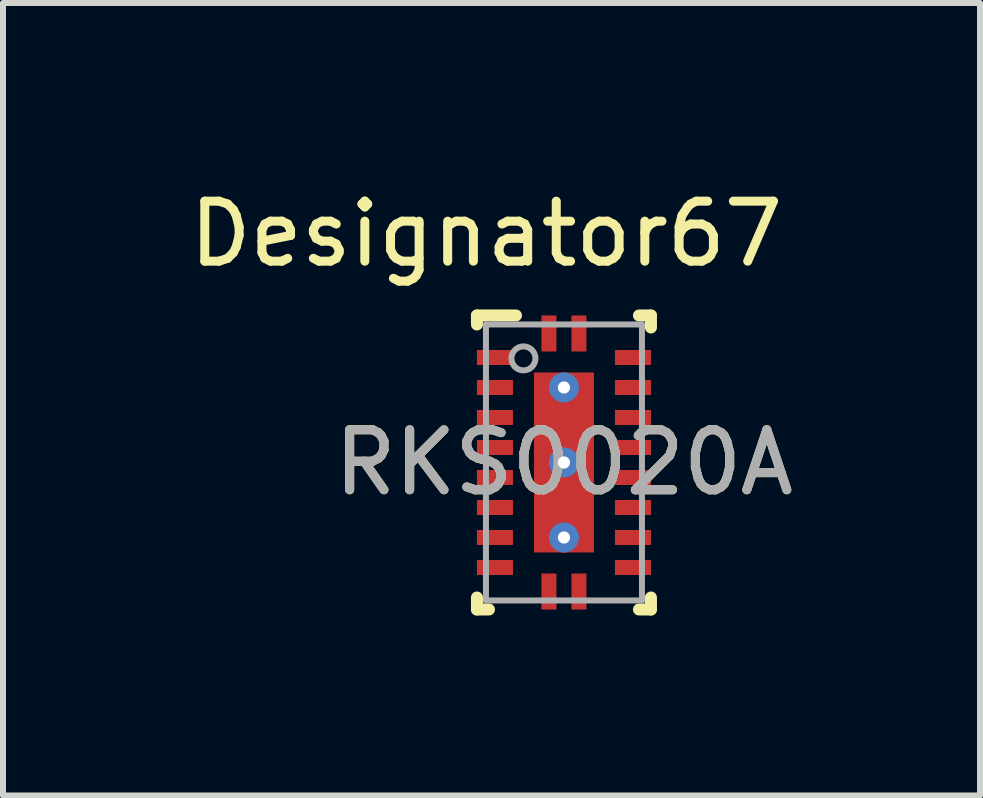
<source format=kicad_pcb>
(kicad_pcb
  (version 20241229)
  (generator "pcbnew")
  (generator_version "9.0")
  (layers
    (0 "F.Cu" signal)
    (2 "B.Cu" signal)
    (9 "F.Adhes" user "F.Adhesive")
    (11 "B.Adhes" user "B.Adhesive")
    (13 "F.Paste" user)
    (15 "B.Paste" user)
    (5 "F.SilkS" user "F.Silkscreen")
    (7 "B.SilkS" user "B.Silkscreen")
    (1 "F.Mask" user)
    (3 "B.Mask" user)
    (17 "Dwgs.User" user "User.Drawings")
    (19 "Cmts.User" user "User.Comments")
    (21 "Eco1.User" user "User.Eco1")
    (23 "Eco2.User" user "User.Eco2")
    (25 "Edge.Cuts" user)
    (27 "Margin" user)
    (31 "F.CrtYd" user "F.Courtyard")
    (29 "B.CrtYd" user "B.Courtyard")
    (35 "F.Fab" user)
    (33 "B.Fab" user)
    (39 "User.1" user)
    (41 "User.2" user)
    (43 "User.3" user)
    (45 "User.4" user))
  (footprint "RKS0020A"
    (layer "F.Cu")
    (at 6.349 4.658)
    (property "Reference" "RKS0020A" (at 0 0 0) (unlocked yes) (layer "F.SilkS") (effects (font (size 1 1) (thickness 0.15))))
    (attr smd)
    (fp_line (start -1.45 2.45) (end -1.45 2.25) (stroke (width 0.2) (type solid)) (layer "F.SilkS"))
    (fp_line (start -1.45 2.45) (end -1.25 2.45) (stroke (width 0.2) (type solid)) (layer "F.SilkS"))
    (fp_line (start -1.45 -2.45) (end -0.8 -2.45) (stroke (width 0.2) (type solid)) (layer "F.SilkS"))
    (fp_line (start -1.45 -2.3) (end -1.45 -2.45) (stroke (width 0.2) (type solid)) (layer "F.SilkS"))
    (fp_line (start 1.25 -2.45) (end 1.45 -2.45) (stroke (width 0.2) (type solid)) (layer "F.SilkS"))
    (fp_line (start 1.25 2.45) (end 1.45 2.45) (stroke (width 0.2) (type solid)) (layer "F.SilkS"))
    (fp_line (start 1.45 -2.25) (end 1.45 -2.45) (stroke (width 0.2) (type solid)) (layer "F.SilkS"))
    (fp_line (start 1.45 2.45) (end 1.45 2.25) (stroke (width 0.2) (type solid)) (layer "F.SilkS"))
    (fp_poly (pts (xy -0.475 -0.157) (xy -0.475 -1.363) (xy -0.474 -1.373) (xy -0.471 -1.383) (xy -0.466 -1.392) (xy -0.46 -1.4) (xy -0.452 -1.406) (xy -0.443 -1.411) (xy -0.433 -1.414) (xy -0.423 -1.415) (xy 0.423 -1.415) (xy 0.433 -1.414) (xy 0.443 -1.411) (xy 0.452 -1.406) (xy 0.46 -1.4) (xy 0.466 -1.392) (xy 0.471 -1.383) (xy 0.474 -1.373) (xy 0.475 -1.363) (xy 0.475 -0.157) (xy 0.474 -0.147) (xy 0.471 -0.137) (xy 0.466 -0.128) (xy 0.46 -0.12) (xy 0.452 -0.114) (xy 0.443 -0.109) (xy 0.433 -0.106) (xy 0.423 -0.105) (xy -0.423 -0.105) (xy -0.433 -0.106) (xy -0.443 -0.109) (xy -0.452 -0.114) (xy -0.46 -0.12) (xy -0.466 -0.128) (xy -0.471 -0.137) (xy -0.474 -0.147)) (stroke (width 0) (type solid)) (fill yes) (layer "F.Paste"))
    (fp_poly (pts (xy -0.475 1.363) (xy -0.475 0.157) (xy -0.474 0.147) (xy -0.471 0.137) (xy -0.466 0.128) (xy -0.46 0.12) (xy -0.452 0.114) (xy -0.443 0.109) (xy -0.433 0.106) (xy -0.423 0.105) (xy 0.423 0.105) (xy 0.433 0.106) (xy 0.443 0.109) (xy 0.452 0.114) (xy 0.46 0.12) (xy 0.466 0.128) (xy 0.471 0.137) (xy 0.474 0.147) (xy 0.475 0.157) (xy 0.475 1.363) (xy 0.474 1.373) (xy 0.471 1.383) (xy 0.466 1.392) (xy 0.46 1.4) (xy 0.452 1.406) (xy 0.443 1.411) (xy 0.433 1.414) (xy 0.423 1.415) (xy -0.423 1.415) (xy -0.433 1.414) (xy -0.443 1.411) (xy -0.452 1.406) (xy -0.46 1.4) (xy -0.466 1.392) (xy -0.471 1.383) (xy -0.474 1.373)) (stroke (width 0) (type solid)) (fill yes) (layer "F.Paste"))
    (fp_line (start -1.3 -2.3) (end -1.3 2.3) (stroke (width 0.1) (type solid)) (layer "F.Fab"))
    (fp_line (start -1.3 -2.3) (end 1.3 -2.3) (stroke (width 0.1) (type solid)) (layer "F.Fab"))
    (fp_line (start -1.3 2.3) (end 1.3 2.3) (stroke (width 0.1) (type solid)) (layer "F.Fab"))
    (fp_line (start 1.3 -2.3) (end 1.3 2.3) (stroke (width 0.1) (type solid)) (layer "F.Fab"))
    (fp_circle (center -0.675 -1.735) (end -0.475 -1.735) (stroke (width 0.1) (type solid)) (fill no) (layer "F.Fab"))
    (fp_text user "Designator67" (at -1.295 -3.81 0) (unlocked yes) (layer "F.SilkS") (effects (font (size 1 1) (thickness 0.15))))
    (fp_text user "${REFERENCE}" (at 0 0 0) (unlocked yes) (layer "F.Fab") (effects (font (size 1 1) (thickness 0.15))))
    (pad "1" smd rect (at -0.25 -2.15) (size 0.25 0.6) (layers "F.Cu" "F.Mask" "F.Paste"))
    (pad "2" smd rect (at -1.15 -1.75 90) (size 0.25 0.6) (layers "F.Cu" "F.Mask" "F.Paste"))
    (pad "3" smd rect (at -1.15 -1.25 90) (size 0.25 0.6) (layers "F.Cu" "F.Mask" "F.Paste"))
    (pad "4" smd rect (at -1.15 -0.75 90) (size 0.25 0.6) (layers "F.Cu" "F.Mask" "F.Paste"))
    (pad "5" smd rect (at -1.15 -0.25 90) (size 0.25 0.6) (layers "F.Cu" "F.Mask" "F.Paste"))
    (pad "6" smd rect (at -1.15 0.25 90) (size 0.25 0.6) (layers "F.Cu" "F.Mask" "F.Paste"))
    (pad "7" smd rect (at -1.15 0.75 90) (size 0.25 0.6) (layers "F.Cu" "F.Mask" "F.Paste"))
    (pad "8" smd rect (at -1.15 1.25 90) (size 0.25 0.6) (layers "F.Cu" "F.Mask" "F.Paste"))
    (pad "9" smd rect (at -1.15 1.75 90) (size 0.25 0.6) (layers "F.Cu" "F.Mask" "F.Paste"))
    (pad "10" smd rect (at -0.25 2.15) (size 0.25 0.6) (layers "F.Cu" "F.Mask" "F.Paste"))
    (pad "11" smd rect (at 0.25 2.15) (size 0.25 0.6) (layers "F.Cu" "F.Mask" "F.Paste"))
    (pad "12" smd rect (at 1.15 1.75 90) (size 0.25 0.6) (layers "F.Cu" "F.Mask" "F.Paste"))
    (pad "13" smd rect (at 1.15 1.25 90) (size 0.25 0.6) (layers "F.Cu" "F.Mask" "F.Paste"))
    (pad "14" smd rect (at 1.15 0.75 90) (size 0.25 0.6) (layers "F.Cu" "F.Mask" "F.Paste"))
    (pad "15" smd rect (at 1.15 0.25 90) (size 0.25 0.6) (layers "F.Cu" "F.Mask" "F.Paste"))
    (pad "16" smd rect (at 1.15 -0.25 90) (size 0.25 0.6) (layers "F.Cu" "F.Mask" "F.Paste"))
    (pad "17" smd rect (at 1.15 -0.75 90) (size 0.25 0.6) (layers "F.Cu" "F.Mask" "F.Paste"))
    (pad "18" smd rect (at 1.15 -1.25 90) (size 0.25 0.6) (layers "F.Cu" "F.Mask" "F.Paste"))
    (pad "19" smd rect (at 1.15 -1.75 90) (size 0.25 0.6) (layers "F.Cu" "F.Mask" "F.Paste"))
    (pad "20" smd rect (at 0.25 -2.15) (size 0.25 0.6) (layers "F.Cu" "F.Mask" "F.Paste"))
    (pad "21" smd rect (at 0 0 90) (size 3 1) (layers "F.Cu" "F.Mask" "F.Paste"))
    (pad "V" thru_hole circle (at 0 -1.25) (size 0.5 0.5) (drill 0.203) (layers "*.Cu" "*.Mask"))
    (pad "V" thru_hole circle (at 0 0) (size 0.5 0.5) (drill 0.203) (layers "*.Cu" "*.Mask"))
    (pad "V" thru_hole circle (at 0 1.25) (size 0.5 0.5) (drill 0.203) (layers "*.Cu" "*.Mask")))
  (gr_rect
    (start -3 -3)
    (end 13.283 10.208)
    (stroke (width 0.1) (type default))
    (fill no)
    (layer "Edge.Cuts")))
</source>
